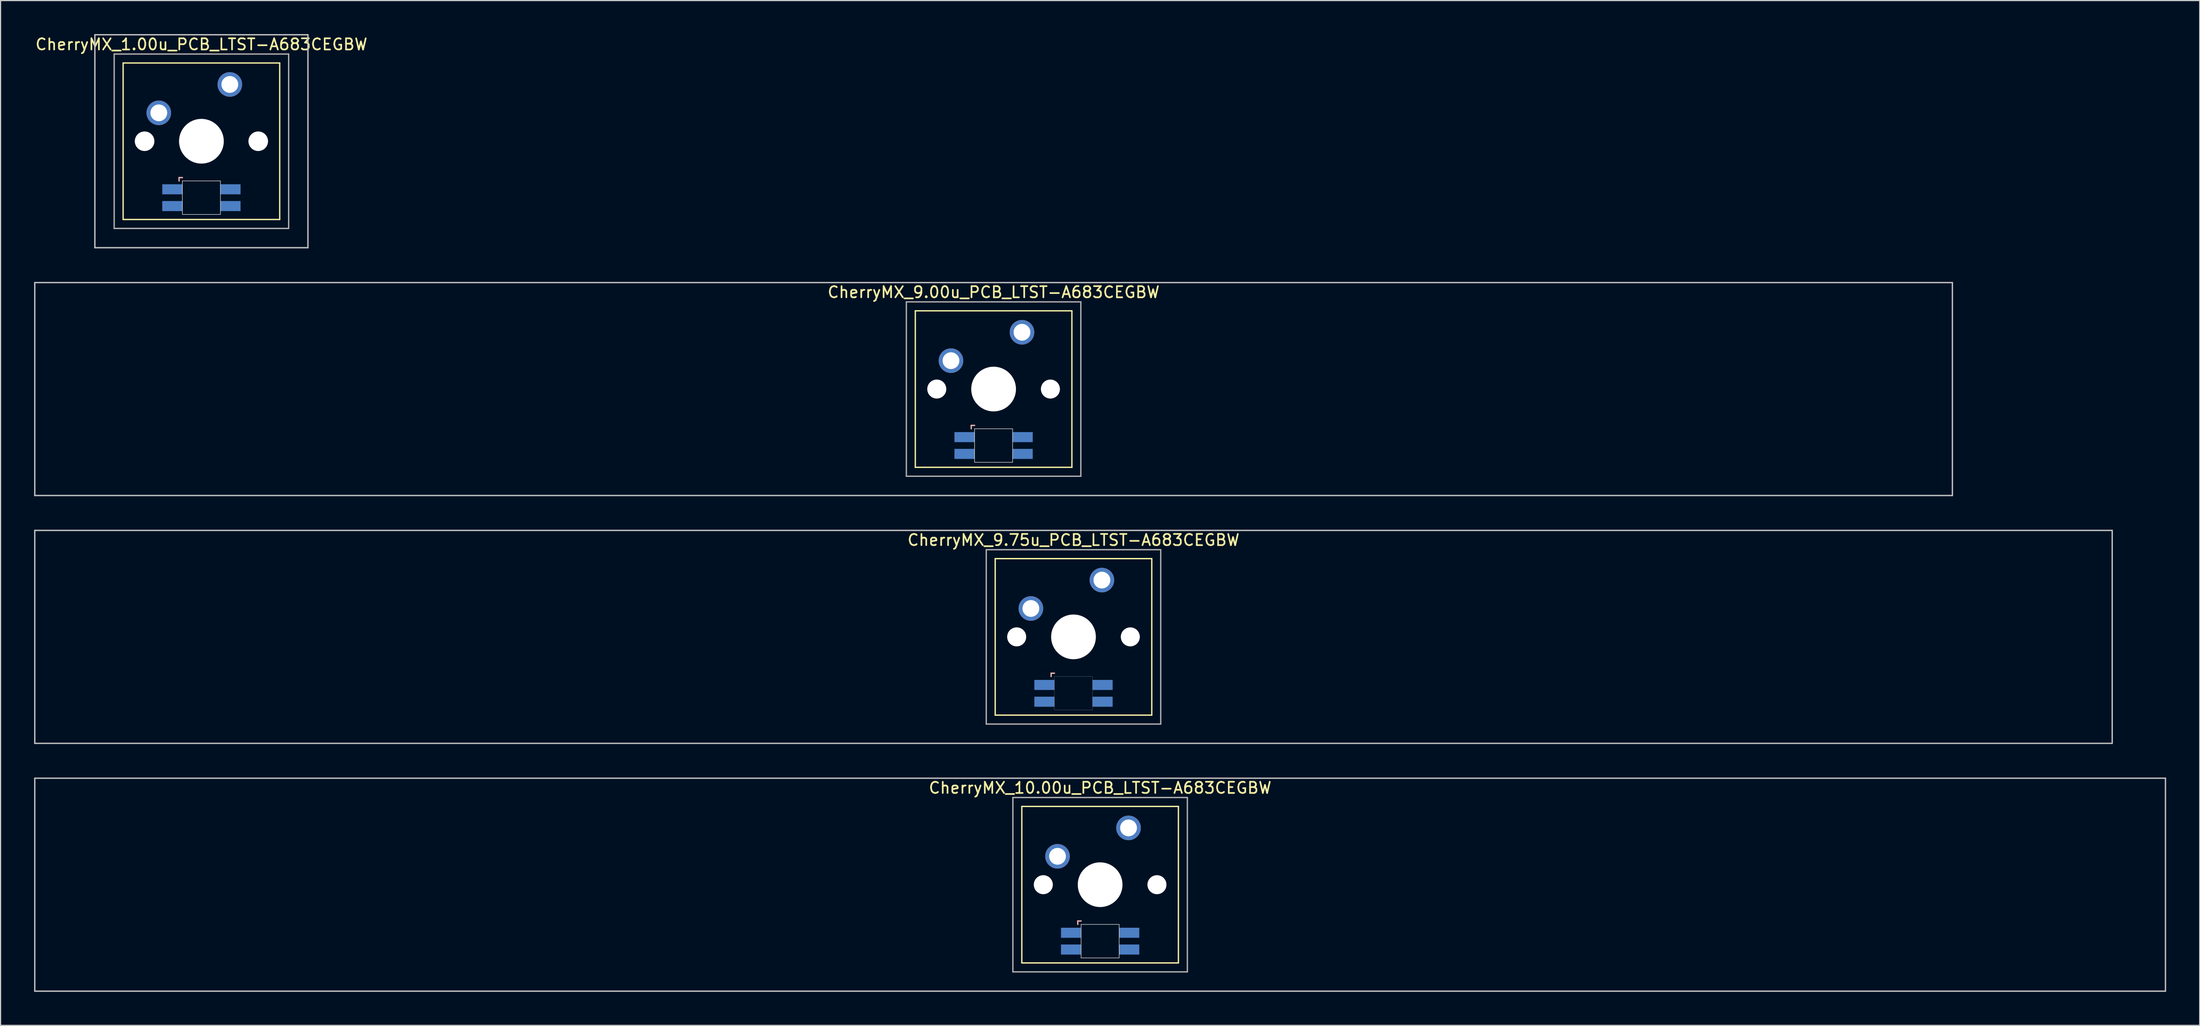
<source format=kicad_pcb>
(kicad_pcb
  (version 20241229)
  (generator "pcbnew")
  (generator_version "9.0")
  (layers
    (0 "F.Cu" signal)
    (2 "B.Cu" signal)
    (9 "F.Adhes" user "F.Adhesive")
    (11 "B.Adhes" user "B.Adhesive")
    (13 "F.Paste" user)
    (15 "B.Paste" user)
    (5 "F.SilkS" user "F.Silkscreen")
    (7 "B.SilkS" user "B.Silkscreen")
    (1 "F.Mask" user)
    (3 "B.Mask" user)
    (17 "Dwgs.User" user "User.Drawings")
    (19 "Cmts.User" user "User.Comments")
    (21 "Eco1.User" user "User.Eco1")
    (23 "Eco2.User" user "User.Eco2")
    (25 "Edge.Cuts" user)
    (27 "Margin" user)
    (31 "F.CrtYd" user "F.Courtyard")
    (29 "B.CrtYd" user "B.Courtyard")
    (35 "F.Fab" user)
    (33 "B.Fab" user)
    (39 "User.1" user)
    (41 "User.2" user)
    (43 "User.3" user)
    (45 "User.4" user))
  (footprint "CherryMX_10.00u_PCB_LTST-A683CEGBW"
    (layer "F.Cu")
    (at 95.31 76.095)
    (property "Reference" "CherryMX_10.00u_PCB_LTST-A683CEGBW" (at 0 -8.662 0) (layer "F.SilkS") (effects (font (size 1 1) (thickness 0.15))))
    (attr through_hole)
    (fp_line (start -7 -7) (end -7 7) (stroke (width 0.12) (type solid)) (layer "F.SilkS"))
    (fp_line (start -7 -7) (end 7 -7) (stroke (width 0.12) (type solid)) (layer "F.SilkS"))
    (fp_line (start 7 -7) (end 7 7) (stroke (width 0.12) (type solid)) (layer "F.SilkS"))
    (fp_line (start 7 7) (end -7 7) (stroke (width 0.12) (type solid)) (layer "F.SilkS"))
    (fp_line (start -2 3.25) (end -2 3.55) (stroke (width 0.12) (type solid)) (layer "B.SilkS"))
    (fp_line (start -1.7 3.25) (end -2 3.25) (stroke (width 0.12) (type solid)) (layer "B.SilkS"))
    (fp_line (start -95.25 -9.525) (end 95.25 -9.525) (stroke (width 0.12) (type solid)) (layer "Dwgs.User"))
    (fp_line (start -95.25 9.525) (end -95.25 -9.525) (stroke (width 0.12) (type solid)) (layer "Dwgs.User"))
    (fp_line (start 95.25 -9.525) (end 95.25 9.525) (stroke (width 0.12) (type solid)) (layer "Dwgs.User"))
    (fp_line (start 95.25 9.525) (end -95.25 9.525) (stroke (width 0.12) (type solid)) (layer "Dwgs.User"))
    (fp_line (start -1.7 3.55) (end 1.7 3.55) (stroke (width 0.05) (type solid)) (layer "Edge.Cuts"))
    (fp_line (start -1.7 6.55) (end -1.7 3.55) (stroke (width 0.05) (type solid)) (layer "Edge.Cuts"))
    (fp_line (start 1.7 3.55) (end 1.7 6.55) (stroke (width 0.05) (type solid)) (layer "Edge.Cuts"))
    (fp_line (start 1.7 6.55) (end -1.7 6.55) (stroke (width 0.05) (type solid)) (layer "Edge.Cuts"))
    (fp_line (start -7.8 -7.8) (end -7.8 7.8) (stroke (width 0.12) (type solid)) (layer "F.Fab"))
    (fp_line (start -7.8 -7.8) (end 7.8 -7.8) (stroke (width 0.12) (type solid)) (layer "F.Fab"))
    (fp_line (start -7.8 7.8) (end 7.8 7.8) (stroke (width 0.12) (type solid)) (layer "F.Fab"))
    (fp_line (start 7.8 -7.8) (end 7.8 7.8) (stroke (width 0.12) (type solid)) (layer "F.Fab"))
    (pad "" np_thru_hole circle (at -5.08 0) (size 1.7 1.7) (drill 1.7) (layers "*.Cu" "*.Mask"))
    (pad "" np_thru_hole circle (at 0 0) (size 4 4) (drill 4) (layers "*.Cu" "*.Mask"))
    (pad "" np_thru_hole circle (at 5.08 0) (size 1.7 1.7) (drill 1.7) (layers "*.Cu" "*.Mask"))
    (pad "1" thru_hole circle (at -3.81 -2.54) (size 2.2 2.2) (drill 1.5) (layers "*.Cu" "*.Mask"))
    (pad "2" thru_hole circle (at 2.54 -5.08) (size 2.2 2.2) (drill 1.5) (layers "*.Cu" "*.Mask"))
    (pad "3" smd rect (at -2.6 4.3) (size 1.8 0.9) (layers "B.Cu" "B.Mask" "B.Paste"))
    (pad "4" smd rect (at -2.6 5.8) (size 1.8 0.9) (layers "B.Cu" "B.Mask" "B.Paste"))
    (pad "5" smd rect (at 2.6 4.3) (size 1.8 0.9) (layers "B.Cu" "B.Mask" "B.Paste"))
    (pad "6" smd rect (at 2.6 5.8) (size 1.8 0.9) (layers "B.Cu" "B.Mask" "B.Paste")))
  (footprint "CherryMX_9.00u_PCB_LTST-A683CEGBW"
    (layer "F.Cu")
    (at 85.785 31.755)
    (property "Reference" "CherryMX_9.00u_PCB_LTST-A683CEGBW" (at 0 -8.662 0) (layer "F.SilkS") (effects (font (size 1 1) (thickness 0.15))))
    (attr through_hole)
    (fp_line (start -7 -7) (end -7 7) (stroke (width 0.12) (type solid)) (layer "F.SilkS"))
    (fp_line (start -7 -7) (end 7 -7) (stroke (width 0.12) (type solid)) (layer "F.SilkS"))
    (fp_line (start 7 -7) (end 7 7) (stroke (width 0.12) (type solid)) (layer "F.SilkS"))
    (fp_line (start 7 7) (end -7 7) (stroke (width 0.12) (type solid)) (layer "F.SilkS"))
    (fp_line (start -2 3.25) (end -2 3.55) (stroke (width 0.12) (type solid)) (layer "B.SilkS"))
    (fp_line (start -1.7 3.25) (end -2 3.25) (stroke (width 0.12) (type solid)) (layer "B.SilkS"))
    (fp_line (start -85.725 -9.525) (end 85.725 -9.525) (stroke (width 0.12) (type solid)) (layer "Dwgs.User"))
    (fp_line (start -85.725 9.525) (end -85.725 -9.525) (stroke (width 0.12) (type solid)) (layer "Dwgs.User"))
    (fp_line (start 85.725 -9.525) (end 85.725 9.525) (stroke (width 0.12) (type solid)) (layer "Dwgs.User"))
    (fp_line (start 85.725 9.525) (end -85.725 9.525) (stroke (width 0.12) (type solid)) (layer "Dwgs.User"))
    (fp_line (start -1.7 3.55) (end 1.7 3.55) (stroke (width 0.05) (type solid)) (layer "Edge.Cuts"))
    (fp_line (start -1.7 6.55) (end -1.7 3.55) (stroke (width 0.05) (type solid)) (layer "Edge.Cuts"))
    (fp_line (start 1.7 3.55) (end 1.7 6.55) (stroke (width 0.05) (type solid)) (layer "Edge.Cuts"))
    (fp_line (start 1.7 6.55) (end -1.7 6.55) (stroke (width 0.05) (type solid)) (layer "Edge.Cuts"))
    (fp_line (start -7.8 -7.8) (end -7.8 7.8) (stroke (width 0.12) (type solid)) (layer "F.Fab"))
    (fp_line (start -7.8 -7.8) (end 7.8 -7.8) (stroke (width 0.12) (type solid)) (layer "F.Fab"))
    (fp_line (start -7.8 7.8) (end 7.8 7.8) (stroke (width 0.12) (type solid)) (layer "F.Fab"))
    (fp_line (start 7.8 -7.8) (end 7.8 7.8) (stroke (width 0.12) (type solid)) (layer "F.Fab"))
    (pad "" np_thru_hole circle (at -5.08 0) (size 1.7 1.7) (drill 1.7) (layers "*.Cu" "*.Mask"))
    (pad "" np_thru_hole circle (at 0 0) (size 4 4) (drill 4) (layers "*.Cu" "*.Mask"))
    (pad "" np_thru_hole circle (at 5.08 0) (size 1.7 1.7) (drill 1.7) (layers "*.Cu" "*.Mask"))
    (pad "1" thru_hole circle (at -3.81 -2.54) (size 2.2 2.2) (drill 1.5) (layers "*.Cu" "*.Mask"))
    (pad "2" thru_hole circle (at 2.54 -5.08) (size 2.2 2.2) (drill 1.5) (layers "*.Cu" "*.Mask"))
    (pad "3" smd rect (at -2.6 4.3) (size 1.8 0.9) (layers "B.Cu" "B.Mask" "B.Paste"))
    (pad "4" smd rect (at -2.6 5.8) (size 1.8 0.9) (layers "B.Cu" "B.Mask" "B.Paste"))
    (pad "5" smd rect (at 2.6 4.3) (size 1.8 0.9) (layers "B.Cu" "B.Mask" "B.Paste"))
    (pad "6" smd rect (at 2.6 5.8) (size 1.8 0.9) (layers "B.Cu" "B.Mask" "B.Paste")))
  (footprint "CherryMX_9.75u_PCB_LTST-A683CEGBW"
    (layer "F.Cu")
    (at 92.929 53.925)
    (property "Reference" "CherryMX_9.75u_PCB_LTST-A683CEGBW" (at 0 -8.662 0) (layer "F.SilkS") (effects (font (size 1 1) (thickness 0.15))))
    (attr through_hole)
    (fp_line (start -7 -7) (end -7 7) (stroke (width 0.12) (type solid)) (layer "F.SilkS"))
    (fp_line (start -7 -7) (end 7 -7) (stroke (width 0.12) (type solid)) (layer "F.SilkS"))
    (fp_line (start 7 -7) (end 7 7) (stroke (width 0.12) (type solid)) (layer "F.SilkS"))
    (fp_line (start 7 7) (end -7 7) (stroke (width 0.12) (type solid)) (layer "F.SilkS"))
    (fp_line (start -2 3.25) (end -2 3.55) (stroke (width 0.12) (type solid)) (layer "B.SilkS"))
    (fp_line (start -1.7 3.25) (end -2 3.25) (stroke (width 0.12) (type solid)) (layer "B.SilkS"))
    (fp_line (start -92.869 -9.525) (end 92.869 -9.525) (stroke (width 0.12) (type solid)) (layer "Dwgs.User"))
    (fp_line (start -92.869 9.525) (end -92.869 -9.525) (stroke (width 0.12) (type solid)) (layer "Dwgs.User"))
    (fp_line (start 92.869 -9.525) (end 92.869 9.525) (stroke (width 0.12) (type solid)) (layer "Dwgs.User"))
    (fp_line (start 92.869 9.525) (end -92.869 9.525) (stroke (width 0.12) (type solid)) (layer "Dwgs.User"))
    (fp_poly (pts (xy 1.7 6.55) (xy -1.7 6.55) (xy -1.7 3.55) (xy 1.7 3.55)) (stroke (width 0.01) (type solid)) (fill no) (layer "Edge.Cuts"))
    (fp_line (start -7.8 -7.8) (end -7.8 7.8) (stroke (width 0.12) (type solid)) (layer "F.Fab"))
    (fp_line (start -7.8 -7.8) (end 7.8 -7.8) (stroke (width 0.12) (type solid)) (layer "F.Fab"))
    (fp_line (start -7.8 7.8) (end 7.8 7.8) (stroke (width 0.12) (type solid)) (layer "F.Fab"))
    (fp_line (start 7.8 -7.8) (end 7.8 7.8) (stroke (width 0.12) (type solid)) (layer "F.Fab"))
    (pad "" np_thru_hole circle (at -5.08 0) (size 1.7 1.7) (drill 1.7) (layers "*.Cu" "*.Mask"))
    (pad "" np_thru_hole circle (at 0 0) (size 4 4) (drill 4) (layers "*.Cu" "*.Mask"))
    (pad "" np_thru_hole circle (at 5.08 0) (size 1.7 1.7) (drill 1.7) (layers "*.Cu" "*.Mask"))
    (pad "1" thru_hole circle (at -3.81 -2.54) (size 2.2 2.2) (drill 1.5) (layers "*.Cu" "*.Mask"))
    (pad "2" thru_hole circle (at 2.54 -5.08) (size 2.2 2.2) (drill 1.5) (layers "*.Cu" "*.Mask"))
    (pad "3" smd rect (at -2.6 4.3) (size 1.8 0.9) (layers "B.Cu" "B.Mask" "B.Paste"))
    (pad "4" smd rect (at -2.6 5.8) (size 1.8 0.9) (layers "B.Cu" "B.Mask" "B.Paste"))
    (pad "5" smd rect (at 2.6 4.3) (size 1.8 0.9) (layers "B.Cu" "B.Mask" "B.Paste"))
    (pad "6" smd rect (at 2.6 5.8) (size 1.8 0.9) (layers "B.Cu" "B.Mask" "B.Paste")))
  (footprint "CherryMX_1.00u_PCB_LTST-A683CEGBW"
    (layer "F.Cu")
    (at 14.958 9.585)
    (property "Reference" "CherryMX_1.00u_PCB_LTST-A683CEGBW" (at 0 -8.662 0) (layer "F.SilkS") (effects (font (size 1 1) (thickness 0.15))))
    (attr through_hole)
    (fp_line (start -7 -7) (end -7 7) (stroke (width 0.12) (type solid)) (layer "F.SilkS"))
    (fp_line (start -7 -7) (end 7 -7) (stroke (width 0.12) (type solid)) (layer "F.SilkS"))
    (fp_line (start 7 -7) (end 7 7) (stroke (width 0.12) (type solid)) (layer "F.SilkS"))
    (fp_line (start 7 7) (end -7 7) (stroke (width 0.12) (type solid)) (layer "F.SilkS"))
    (fp_line (start -2 3.25) (end -2 3.55) (stroke (width 0.12) (type solid)) (layer "B.SilkS"))
    (fp_line (start -1.7 3.25) (end -2 3.25) (stroke (width 0.12) (type solid)) (layer "B.SilkS"))
    (fp_line (start -9.525 -9.525) (end 9.525 -9.525) (stroke (width 0.12) (type solid)) (layer "Dwgs.User"))
    (fp_line (start -9.525 9.525) (end -9.525 -9.525) (stroke (width 0.12) (type solid)) (layer "Dwgs.User"))
    (fp_line (start 9.525 -9.525) (end 9.525 9.525) (stroke (width 0.12) (type solid)) (layer "Dwgs.User"))
    (fp_line (start 9.525 9.525) (end -9.525 9.525) (stroke (width 0.12) (type solid)) (layer "Dwgs.User"))
    (fp_line (start -1.7 3.55) (end 1.7 3.55) (stroke (width 0.05) (type solid)) (layer "Edge.Cuts"))
    (fp_line (start -1.7 6.55) (end -1.7 3.55) (stroke (width 0.05) (type solid)) (layer "Edge.Cuts"))
    (fp_line (start 1.7 3.55) (end 1.7 6.55) (stroke (width 0.05) (type solid)) (layer "Edge.Cuts"))
    (fp_line (start 1.7 6.55) (end -1.7 6.55) (stroke (width 0.05) (type solid)) (layer "Edge.Cuts"))
    (fp_line (start -7.8 -7.8) (end -7.8 7.8) (stroke (width 0.12) (type solid)) (layer "F.Fab"))
    (fp_line (start -7.8 -7.8) (end 7.8 -7.8) (stroke (width 0.12) (type solid)) (layer "F.Fab"))
    (fp_line (start -7.8 7.8) (end 7.8 7.8) (stroke (width 0.12) (type solid)) (layer "F.Fab"))
    (fp_line (start 7.8 -7.8) (end 7.8 7.8) (stroke (width 0.12) (type solid)) (layer "F.Fab"))
    (pad "" np_thru_hole circle (at -5.08 0) (size 1.75 1.75) (drill 1.75) (layers "*.Cu" "*.Mask"))
    (pad "" np_thru_hole circle (at 0 0) (size 4 4) (drill 4) (layers "*.Cu" "*.Mask"))
    (pad "" np_thru_hole circle (at 5.08 0) (size 1.75 1.75) (drill 1.75) (layers "*.Cu" "*.Mask"))
    (pad "1" thru_hole circle (at -3.81 -2.54) (size 2.2 2.2) (drill 1.5) (layers "*.Cu" "*.Mask"))
    (pad "2" thru_hole circle (at 2.54 -5.08) (size 2.2 2.2) (drill 1.5) (layers "*.Cu" "*.Mask"))
    (pad "3" smd rect (at -2.6 4.3) (size 1.8 0.9) (layers "B.Cu" "B.Mask" "B.Paste"))
    (pad "4" smd rect (at -2.6 5.8) (size 1.8 0.9) (layers "B.Cu" "B.Mask" "B.Paste"))
    (pad "5" smd rect (at 2.6 4.3) (size 1.8 0.9) (layers "B.Cu" "B.Mask" "B.Paste"))
    (pad "6" smd rect (at 2.6 5.8) (size 1.8 0.9) (layers "B.Cu" "B.Mask" "B.Paste")))
  (gr_rect
    (start -3 -3)
    (end 193.62 88.68)
    (stroke (width 0.1) (type default))
    (fill no)
    (layer "Edge.Cuts")))
</source>
